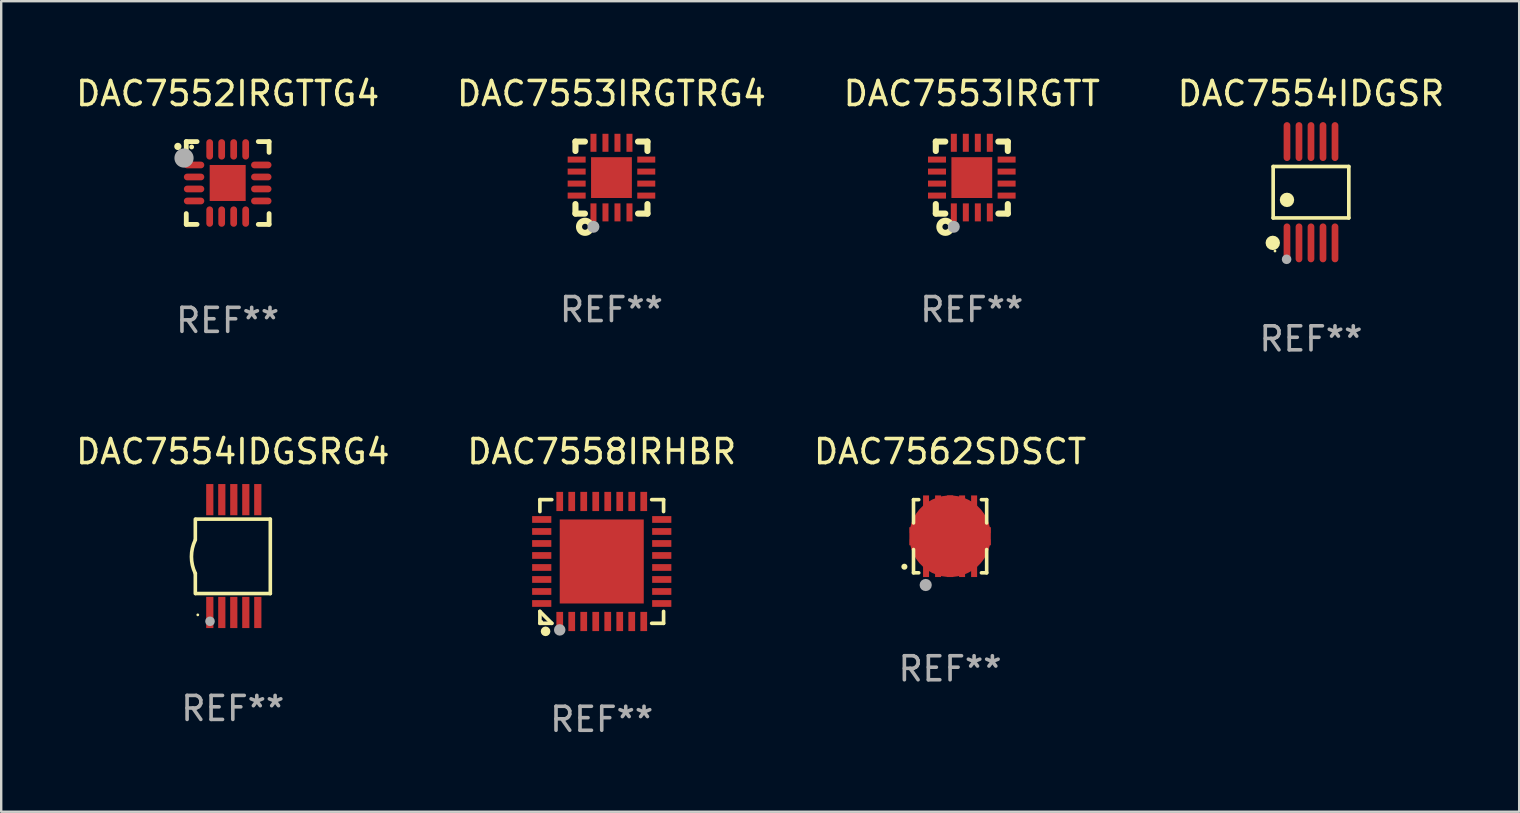
<source format=kicad_pcb>
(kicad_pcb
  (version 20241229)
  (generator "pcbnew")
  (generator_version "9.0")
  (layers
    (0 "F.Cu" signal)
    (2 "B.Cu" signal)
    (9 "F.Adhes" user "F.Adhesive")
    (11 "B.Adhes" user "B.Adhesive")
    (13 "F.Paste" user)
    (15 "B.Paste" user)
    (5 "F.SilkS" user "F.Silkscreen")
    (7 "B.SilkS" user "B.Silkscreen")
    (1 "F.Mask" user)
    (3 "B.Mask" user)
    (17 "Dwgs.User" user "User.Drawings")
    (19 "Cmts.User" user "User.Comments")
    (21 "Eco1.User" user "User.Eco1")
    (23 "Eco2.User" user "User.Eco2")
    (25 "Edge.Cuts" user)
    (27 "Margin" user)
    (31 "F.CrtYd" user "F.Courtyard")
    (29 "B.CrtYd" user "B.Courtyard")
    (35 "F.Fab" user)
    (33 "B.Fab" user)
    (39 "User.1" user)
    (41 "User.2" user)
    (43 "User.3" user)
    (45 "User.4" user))
  (footprint "DAC7562SDSCT"
    (layer "F.Cu")
    (at 36.53 19.289)
    (property "Reference" "DAC7562SDSCT" (at 0 -3.524 0) (layer "F.SilkS") (effects (font (size 1 1) (thickness 0.15))))
    (attr through_hole)
    (fp_line (start -1.524 -1.524) (end -1.524 -0.554) (stroke (width 0.15) (type solid)) (layer "F.SilkS"))
    (fp_line (start -1.524 0.554) (end -1.524 1.524) (stroke (width 0.15) (type solid)) (layer "F.SilkS"))
    (fp_line (start -1.524 1.524) (end -1.305 1.524) (stroke (width 0.15) (type solid)) (layer "F.SilkS"))
    (fp_line (start -1.305 -1.524) (end -1.524 -1.524) (stroke (width 0.15) (type solid)) (layer "F.SilkS"))
    (fp_line (start 1.305 1.524) (end 1.524 1.524) (stroke (width 0.15) (type solid)) (layer "F.SilkS"))
    (fp_line (start 1.524 -1.524) (end 1.305 -1.524) (stroke (width 0.15) (type solid)) (layer "F.SilkS"))
    (fp_line (start 1.524 -0.554) (end 1.524 -1.524) (stroke (width 0.15) (type solid)) (layer "F.SilkS"))
    (fp_line (start 1.524 1.524) (end 1.524 0.554) (stroke (width 0.15) (type solid)) (layer "F.SilkS"))
    (fp_arc (start -1.905004 1.270003) (mid -1.903734 1.269996) (end -1.902464 1.270003) (stroke (width 0.25) (type solid)) (layer "F.SilkS"))
    (fp_circle (center -1.504 1.502) (end -1.474 1.502) (stroke (width 0.06) (type solid)) (fill no) (layer "F.SilkS"))
    (fp_circle (center -1.016 2.032) (end -0.889 2.032) (stroke (width 0.254) (type solid)) (fill no) (layer "F.Fab"))
    (fp_text user "REF**" (at 0 5.524 0) (layer "F.Fab") (effects (font (size 1 1) (thickness 0.15))))
    (pad "1" smd rect (at -1.001 1.4 180) (size 0.25 0.6) (layers "F.Cu" "F.Mask" "F.Paste"))
    (pad "2" smd rect (at -0.5 1.4 180) (size 0.25 0.6) (layers "F.Cu" "F.Mask" "F.Paste"))
    (pad "3" smd rect (at 0.000102 1.4 180) (size 0.25 0.6) (layers "F.Cu" "F.Mask" "F.Paste"))
    (pad "4" smd rect (at 0.5 1.4 180) (size 0.25 0.6) (layers "F.Cu" "F.Mask" "F.Paste"))
    (pad "5" smd rect (at 1.001 1.4 180) (size 0.25 0.6) (layers "F.Cu" "F.Mask" "F.Paste"))
    (pad "6" smd rect (at 1.001 -1.4) (size 0.25 0.6) (layers "F.Cu" "F.Mask" "F.Paste"))
    (pad "7" smd rect (at 0.5 -1.4) (size 0.25 0.6) (layers "F.Cu" "F.Mask" "F.Paste"))
    (pad "8" smd rect (at 0.000102 -1.4) (size 0.25 0.6) (layers "F.Cu" "F.Mask" "F.Paste"))
    (pad "9" smd rect (at -0.5 -1.4) (size 0.25 0.6) (layers "F.Cu" "F.Mask" "F.Paste"))
    (pad "10" smd rect (at -1.001 -1.4) (size 0.25 0.6) (layers "F.Cu" "F.Mask" "F.Paste"))
    (pad "11" smd custom (at 0.000102 0.000102) (size 3.4 1.65) (layers "F.Cu" "F.Mask" "F.Paste") (options (anchor circle)) (primitives (gr_poly (pts (xy -1.7 0.125) (xy -1.2 0.125) (xy -1.2 -0.125) (xy -1.7 -0.125) (xy -1.7 -0.375) (xy -1.2 -0.375) (xy -1.2 -0.825) (xy 1.2 -0.825) (xy 1.2 -0.375) (xy 1.7 -0.375) (xy 1.7 -0.125) (xy 1.2 -0.125) (xy 1.2 0.125) (xy 1.7 0.125) (xy 1.7 0.375) (xy 1.2 0.375) (xy 1.2 0.825) (xy -1.2 0.825) (xy -1.2 0.375) (xy -1.7 0.375)) (width 0) (fill yes)))))
  (footprint "DAC7554IDGSRG4"
    (layer "F.Cu")
    (at 6.649 20.115)
    (property "Reference" "DAC7554IDGSRG4" (at 0 -4.35 0) (layer "F.SilkS") (effects (font (size 1 1) (thickness 0.15))))
    (attr through_hole)
    (fp_line (start -1.562 -1.537) (end -1.562 -0.698) (stroke (width 0.15) (type solid)) (layer "F.SilkS"))
    (fp_line (start -1.562 0.724) (end -1.562 1.562) (stroke (width 0.15) (type solid)) (layer "F.SilkS"))
    (fp_line (start -1.538 -1.537) (end 1.562 -1.537) (stroke (width 0.15) (type solid)) (layer "F.SilkS"))
    (fp_line (start -1.538 1.562) (end 1.562 1.562) (stroke (width 0.15) (type solid)) (layer "F.SilkS"))
    (fp_line (start 1.562 1.564) (end 1.562 -1.537) (stroke (width 0.15) (type solid)) (layer "F.SilkS"))
    (fp_arc (start -1.562103 0.724079) (mid -1.723579 0.025578) (end -1.562103 -0.672924) (stroke (width 0.150013) (type solid)) (layer "F.SilkS"))
    (fp_circle (center -1.459 2.45) (end -1.429 2.45) (stroke (width 0.06) (type solid)) (fill no) (layer "F.SilkS"))
    (fp_circle (center -0.95 2.718) (end -0.85 2.718) (stroke (width 0.2) (type solid)) (fill no) (layer "F.Fab"))
    (fp_text user "REF**" (at 0 6.35 0) (layer "F.Fab") (effects (font (size 1 1) (thickness 0.15))))
    (pad "1" smd rect (at -0.959 2.35) (size 0.3 1.3) (layers "F.Cu" "F.Mask" "F.Paste"))
    (pad "2" smd rect (at -0.459 2.35) (size 0.3 1.3) (layers "F.Cu" "F.Mask" "F.Paste"))
    (pad "3" smd rect (at 0.04 2.35) (size 0.3 1.3) (layers "F.Cu" "F.Mask" "F.Paste"))
    (pad "4" smd rect (at 0.541 2.35) (size 0.3 1.3) (layers "F.Cu" "F.Mask" "F.Paste"))
    (pad "5" smd rect (at 1.041 2.35) (size 0.3 1.3) (layers "F.Cu" "F.Mask" "F.Paste"))
    (pad "6" smd rect (at 1.04 -2.35) (size 0.3 1.3) (layers "F.Cu" "F.Mask" "F.Paste"))
    (pad "7" smd rect (at 0.541 -2.35) (size 0.3 1.3) (layers "F.Cu" "F.Mask" "F.Paste"))
    (pad "8" smd rect (at 0.041 -2.35) (size 0.3 1.3) (layers "F.Cu" "F.Mask" "F.Paste"))
    (pad "9" smd rect (at -0.459 -2.35) (size 0.3 1.3) (layers "F.Cu" "F.Mask" "F.Paste"))
    (pad "10" smd rect (at -0.96 -2.35) (size 0.3 1.3) (layers "F.Cu" "F.Mask" "F.Paste")))
  (footprint "DAC7553IRGTT"
    (layer "F.Cu")
    (at 37.435 4.348)
    (property "Reference" "DAC7553IRGTT" (at 0 -3.5 0) (layer "F.SilkS") (effects (font (size 1 1) (thickness 0.15))))
    (attr through_hole)
    (fp_line (start -1.5 -1.5) (end -1.5 -1.108) (stroke (width 0.254) (type solid)) (layer "F.SilkS"))
    (fp_line (start -1.5 -1.5) (end -1.105 -1.5) (stroke (width 0.254) (type solid)) (layer "F.SilkS"))
    (fp_line (start -1.5 1.104) (end -1.5 1.5) (stroke (width 0.254) (type solid)) (layer "F.SilkS"))
    (fp_line (start -1.5 1.5) (end -1.105 1.5) (stroke (width 0.254) (type solid)) (layer "F.SilkS"))
    (fp_line (start 1.106 -1.5) (end 1.5 -1.5) (stroke (width 0.254) (type solid)) (layer "F.SilkS"))
    (fp_line (start 1.108 1.5) (end 1.5 1.5) (stroke (width 0.254) (type solid)) (layer "F.SilkS"))
    (fp_line (start 1.5 -1.108) (end 1.5 -1.5) (stroke (width 0.254) (type solid)) (layer "F.SilkS"))
    (fp_line (start 1.5 1.5) (end 1.5 1.104) (stroke (width 0.254) (type solid)) (layer "F.SilkS"))
    (fp_circle (center -1.5 1.5) (end -1.47 1.5) (stroke (width 0.06) (type solid)) (fill no) (layer "F.SilkS"))
    (fp_circle (center -1.1 2.05) (end -0.975 2.05) (stroke (width 0.254) (type solid)) (fill no) (layer "F.SilkS"))
    (fp_circle (center -0.75 2.05) (end -0.625 2.05) (stroke (width 0.25) (type solid)) (fill no) (layer "F.Fab"))
    (fp_text user "REF**" (at 0 5.5 0) (layer "F.Fab") (effects (font (size 1 1) (thickness 0.15))))
    (pad "1" smd rect (at -0.749 1.45) (size 0.25 0.75) (layers "F.Cu" "F.Mask" "F.Paste"))
    (pad "2" smd rect (at -0.249 1.45) (size 0.25 0.75) (layers "F.Cu" "F.Mask" "F.Paste"))
    (pad "3" smd rect (at 0.251 1.45) (size 0.25 0.75) (layers "F.Cu" "F.Mask" "F.Paste"))
    (pad "4" smd rect (at 0.751 1.45) (size 0.25 0.75) (layers "F.Cu" "F.Mask" "F.Paste"))
    (pad "5" smd rect (at 1.45 0.75) (size 0.75 0.25) (layers "F.Cu" "F.Mask" "F.Paste"))
    (pad "6" smd rect (at 1.45 0.25) (size 0.75 0.25) (layers "F.Cu" "F.Mask" "F.Paste"))
    (pad "7" smd rect (at 1.45 -0.25) (size 0.75 0.25) (layers "F.Cu" "F.Mask" "F.Paste"))
    (pad "8" smd rect (at 1.45 -0.75) (size 0.75 0.25) (layers "F.Cu" "F.Mask" "F.Paste"))
    (pad "9" smd rect (at 0.75 -1.45) (size 0.25 0.75) (layers "F.Cu" "F.Mask" "F.Paste"))
    (pad "10" smd rect (at 0.25 -1.45) (size 0.25 0.75) (layers "F.Cu" "F.Mask" "F.Paste"))
    (pad "11" smd rect (at -0.25 -1.45) (size 0.25 0.75) (layers "F.Cu" "F.Mask" "F.Paste"))
    (pad "12" smd rect (at -0.749 -1.45) (size 0.25 0.75) (layers "F.Cu" "F.Mask" "F.Paste"))
    (pad "13" smd rect (at -1.45 -0.75) (size 0.75 0.25) (layers "F.Cu" "F.Mask" "F.Paste"))
    (pad "14" smd rect (at -1.45 -0.25) (size 0.75 0.25) (layers "F.Cu" "F.Mask" "F.Paste"))
    (pad "15" smd rect (at -1.45 0.25) (size 0.75 0.25) (layers "F.Cu" "F.Mask" "F.Paste"))
    (pad "16" smd rect (at -1.45 0.75) (size 0.75 0.25) (layers "F.Cu" "F.Mask" "F.Paste"))
    (pad "17" smd rect (at 0.000267 0.000267) (size 1.7 1.7) (layers "F.Cu" "F.Mask" "F.Paste")))
  (footprint "DAC7552IRGTTG4"
    (layer "F.Cu")
    (at 6.435 4.573)
    (property "Reference" "DAC7552IRGTTG4" (at 0 -3.725 0) (layer "F.SilkS") (effects (font (size 1 1) (thickness 0.15))))
    (attr through_hole)
    (fp_line (start -1.725 -1.725) (end -1.275 -1.725) (stroke (width 0.2) (type solid)) (layer "F.SilkS"))
    (fp_line (start -1.725 -1.275) (end -1.725 -1.725) (stroke (width 0.2) (type solid)) (layer "F.SilkS"))
    (fp_line (start -1.725 1.725) (end -1.725 1.275) (stroke (width 0.2) (type solid)) (layer "F.SilkS"))
    (fp_line (start -1.275 1.725) (end -1.725 1.725) (stroke (width 0.2) (type solid)) (layer "F.SilkS"))
    (fp_line (start 1.275 -1.725) (end 1.725 -1.725) (stroke (width 0.2) (type solid)) (layer "F.SilkS"))
    (fp_line (start 1.275 1.725) (end 1.725 1.725) (stroke (width 0.2) (type solid)) (layer "F.SilkS"))
    (fp_line (start 1.725 -1.725) (end 1.725 -1.275) (stroke (width 0.2) (type solid)) (layer "F.SilkS"))
    (fp_line (start 1.725 1.725) (end 1.725 1.275) (stroke (width 0.2) (type solid)) (layer "F.SilkS"))
    (fp_arc (start -2.075184 -1.521463) (mid -2.075189 -1.522733) (end -2.075184 -1.524003) (stroke (width 0.3) (type solid)) (layer "F.SilkS"))
    (fp_circle (center -1.5 -1.5) (end -1.45 -1.5) (stroke (width 0.1) (type solid)) (fill no) (layer "F.SilkS"))
    (fp_circle (center -1.819 -1.039) (end -1.619 -1.039) (stroke (width 0.4) (type solid)) (fill no) (layer "F.Fab"))
    (fp_text user "REF**" (at 0 5.725 0) (layer "F.Fab") (effects (font (size 1 1) (thickness 0.15))))
    (pad "1" smd oval (at -1.4 -0.75 90) (size 0.28 0.85) (layers "F.Cu" "F.Mask" "F.Paste"))
    (pad "2" smd oval (at -1.4 -0.25 90) (size 0.28 0.85) (layers "F.Cu" "F.Mask" "F.Paste"))
    (pad "3" smd oval (at -1.4 0.25 90) (size 0.28 0.85) (layers "F.Cu" "F.Mask" "F.Paste"))
    (pad "4" smd oval (at -1.4 0.75 90) (size 0.28 0.85) (layers "F.Cu" "F.Mask" "F.Paste"))
    (pad "5" smd oval (at -0.75 1.4) (size 0.28 0.85) (layers "F.Cu" "F.Mask" "F.Paste"))
    (pad "6" smd oval (at -0.25 1.4) (size 0.28 0.85) (layers "F.Cu" "F.Mask" "F.Paste"))
    (pad "7" smd oval (at 0.25 1.4) (size 0.28 0.85) (layers "F.Cu" "F.Mask" "F.Paste"))
    (pad "8" smd oval (at 0.75 1.4) (size 0.28 0.85) (layers "F.Cu" "F.Mask" "F.Paste"))
    (pad "9" smd oval (at 1.4 0.75 90) (size 0.28 0.85) (layers "F.Cu" "F.Mask" "F.Paste"))
    (pad "10" smd oval (at 1.4 0.25 90) (size 0.28 0.85) (layers "F.Cu" "F.Mask" "F.Paste"))
    (pad "11" smd oval (at 1.4 -0.25 90) (size 0.28 0.85) (layers "F.Cu" "F.Mask" "F.Paste"))
    (pad "12" smd oval (at 1.4 -0.75 90) (size 0.28 0.85) (layers "F.Cu" "F.Mask" "F.Paste"))
    (pad "13" smd oval (at 0.75 -1.4) (size 0.28 0.85) (layers "F.Cu" "F.Mask" "F.Paste"))
    (pad "14" smd oval (at 0.25 -1.4) (size 0.28 0.85) (layers "F.Cu" "F.Mask" "F.Paste"))
    (pad "15" smd oval (at -0.25 -1.4) (size 0.28 0.85) (layers "F.Cu" "F.Mask" "F.Paste"))
    (pad "16" smd oval (at -0.75 -1.4) (size 0.28 0.85) (layers "F.Cu" "F.Mask" "F.Paste"))
    (pad "17" smd rect (at -0.000051 -0.000051) (size 1.5 1.5) (layers "F.Cu" "F.Mask" "F.Paste")))
  (footprint "DAC7558IRHBR"
    (layer "F.Cu")
    (at 22.018 20.341)
    (property "Reference" "DAC7558IRHBR" (at 0 -4.576 0) (layer "F.SilkS") (effects (font (size 1 1) (thickness 0.15))))
    (attr through_hole)
    (fp_line (start -2.576 -2.576) (end -2.08 -2.576) (stroke (width 0.152) (type solid)) (layer "F.SilkS"))
    (fp_line (start -2.576 -2.08) (end -2.576 -2.576) (stroke (width 0.152) (type solid)) (layer "F.SilkS"))
    (fp_line (start -2.576 2.08) (end -2.576 2.576) (stroke (width 0.152) (type solid)) (layer "F.SilkS"))
    (fp_line (start -2.576 2.08) (end -2.08 2.576) (stroke (width 0.152) (type solid)) (layer "F.SilkS"))
    (fp_line (start -2.576 2.576) (end -2.08 2.576) (stroke (width 0.152) (type solid)) (layer "F.SilkS"))
    (fp_line (start 2.576 -2.576) (end 2.08 -2.576) (stroke (width 0.152) (type solid)) (layer "F.SilkS"))
    (fp_line (start 2.576 -2.08) (end 2.576 -2.576) (stroke (width 0.152) (type solid)) (layer "F.SilkS"))
    (fp_line (start 2.576 2.08) (end 2.576 2.576) (stroke (width 0.152) (type solid)) (layer "F.SilkS"))
    (fp_line (start 2.576 2.576) (end 2.08 2.576) (stroke (width 0.152) (type solid)) (layer "F.SilkS"))
    (fp_circle (center -2.5 2.5) (end -2.47 2.5) (stroke (width 0.06) (type solid)) (fill no) (layer "F.SilkS"))
    (fp_circle (center -2.34 2.91) (end -2.24 2.91) (stroke (width 0.2) (type solid)) (fill no) (layer "F.SilkS"))
    (fp_circle (center -1.75 2.85) (end -1.63 2.85) (stroke (width 0.24) (type solid)) (fill no) (layer "F.Fab"))
    (fp_text user "REF**" (at 0 6.576 0) (layer "F.Fab") (effects (font (size 1 1) (thickness 0.15))))
    (pad "1" smd rect (at -1.75 2.5) (size 0.28 0.8) (layers "F.Cu" "F.Mask" "F.Paste"))
    (pad "2" smd rect (at -1.25 2.5) (size 0.28 0.8) (layers "F.Cu" "F.Mask" "F.Paste"))
    (pad "3" smd rect (at -0.75 2.5) (size 0.28 0.8) (layers "F.Cu" "F.Mask" "F.Paste"))
    (pad "4" smd rect (at -0.25 2.5) (size 0.28 0.8) (layers "F.Cu" "F.Mask" "F.Paste"))
    (pad "5" smd rect (at 0.25 2.5) (size 0.28 0.8) (layers "F.Cu" "F.Mask" "F.Paste"))
    (pad "6" smd rect (at 0.75 2.5) (size 0.28 0.8) (layers "F.Cu" "F.Mask" "F.Paste"))
    (pad "7" smd rect (at 1.25 2.5) (size 0.28 0.8) (layers "F.Cu" "F.Mask" "F.Paste"))
    (pad "8" smd rect (at 1.75 2.5) (size 0.28 0.8) (layers "F.Cu" "F.Mask" "F.Paste"))
    (pad "9" smd rect (at 2.5 1.75) (size 0.8 0.28) (layers "F.Cu" "F.Mask" "F.Paste"))
    (pad "10" smd rect (at 2.5 1.25) (size 0.8 0.28) (layers "F.Cu" "F.Mask" "F.Paste"))
    (pad "11" smd rect (at 2.5 0.75) (size 0.8 0.28) (layers "F.Cu" "F.Mask" "F.Paste"))
    (pad "12" smd rect (at 2.5 0.25) (size 0.8 0.28) (layers "F.Cu" "F.Mask" "F.Paste"))
    (pad "13" smd rect (at 2.5 -0.25) (size 0.8 0.28) (layers "F.Cu" "F.Mask" "F.Paste"))
    (pad "14" smd rect (at 2.5 -0.75) (size 0.8 0.28) (layers "F.Cu" "F.Mask" "F.Paste"))
    (pad "15" smd rect (at 2.5 -1.25) (size 0.8 0.28) (layers "F.Cu" "F.Mask" "F.Paste"))
    (pad "16" smd rect (at 2.5 -1.75) (size 0.8 0.28) (layers "F.Cu" "F.Mask" "F.Paste"))
    (pad "17" smd rect (at 1.75 -2.5) (size 0.28 0.8) (layers "F.Cu" "F.Mask" "F.Paste"))
    (pad "18" smd rect (at 1.25 -2.5) (size 0.28 0.8) (layers "F.Cu" "F.Mask" "F.Paste"))
    (pad "19" smd rect (at 0.75 -2.5) (size 0.28 0.8) (layers "F.Cu" "F.Mask" "F.Paste"))
    (pad "20" smd rect (at 0.25 -2.5) (size 0.28 0.8) (layers "F.Cu" "F.Mask" "F.Paste"))
    (pad "21" smd rect (at -0.25 -2.5) (size 0.28 0.8) (layers "F.Cu" "F.Mask" "F.Paste"))
    (pad "22" smd rect (at -0.75 -2.5) (size 0.28 0.8) (layers "F.Cu" "F.Mask" "F.Paste"))
    (pad "23" smd rect (at -1.25 -2.5) (size 0.28 0.8) (layers "F.Cu" "F.Mask" "F.Paste"))
    (pad "24" smd rect (at -1.75 -2.5) (size 0.28 0.8) (layers "F.Cu" "F.Mask" "F.Paste"))
    (pad "25" smd rect (at -2.5 -1.75) (size 0.8 0.28) (layers "F.Cu" "F.Mask" "F.Paste"))
    (pad "26" smd rect (at -2.5 -1.25) (size 0.8 0.28) (layers "F.Cu" "F.Mask" "F.Paste"))
    (pad "27" smd rect (at -2.5 -0.75) (size 0.8 0.28) (layers "F.Cu" "F.Mask" "F.Paste"))
    (pad "28" smd rect (at -2.5 -0.25) (size 0.8 0.28) (layers "F.Cu" "F.Mask" "F.Paste"))
    (pad "29" smd rect (at -2.5 0.25) (size 0.8 0.28) (layers "F.Cu" "F.Mask" "F.Paste"))
    (pad "30" smd rect (at -2.5 0.75) (size 0.8 0.28) (layers "F.Cu" "F.Mask" "F.Paste"))
    (pad "31" smd rect (at -2.5 1.25) (size 0.8 0.28) (layers "F.Cu" "F.Mask" "F.Paste"))
    (pad "32" smd rect (at -2.5 1.75) (size 0.8 0.28) (layers "F.Cu" "F.Mask" "F.Paste"))
    (pad "33" smd rect (at 0 0) (size 3.5 3.5) (layers "F.Cu" "F.Mask" "F.Paste")))
  (footprint "DAC7554IDGSR"
    (layer "F.Cu")
    (at 51.565 4.958)
    (property "Reference" "DAC7554IDGSR" (at 0 -4.11 0) (layer "F.SilkS") (effects (font (size 1 1) (thickness 0.15))))
    (attr through_hole)
    (fp_line (start -1.576 -1.071) (end 1.576 -1.071) (stroke (width 0.152) (type solid)) (layer "F.SilkS"))
    (fp_line (start -1.576 1.071) (end -1.576 -1.071) (stroke (width 0.152) (type solid)) (layer "F.SilkS"))
    (fp_line (start 1.576 -1.071) (end 1.576 1.071) (stroke (width 0.152) (type solid)) (layer "F.SilkS"))
    (fp_line (start 1.576 1.071) (end -1.576 1.071) (stroke (width 0.152) (type solid)) (layer "F.SilkS"))
    (fp_circle (center -1.592 2.11) (end -1.442 2.11) (stroke (width 0.3) (type solid)) (fill no) (layer "F.SilkS"))
    (fp_circle (center -1.5 2.45) (end -1.47 2.45) (stroke (width 0.06) (type solid)) (fill no) (layer "F.SilkS"))
    (fp_circle (center -1 0.319) (end -0.85 0.319) (stroke (width 0.3) (type solid)) (fill no) (layer "F.SilkS"))
    (fp_circle (center -1.016 2.794) (end -0.916 2.794) (stroke (width 0.2) (type solid)) (fill no) (layer "F.Fab"))
    (fp_text user "REF**" (at 0 6.11 0) (layer "F.Fab") (effects (font (size 1 1) (thickness 0.15))))
    (pad "1" smd oval (at -1 2.11) (size 0.28 1.62) (layers "F.Cu" "F.Mask" "F.Paste"))
    (pad "2" smd oval (at -0.5 2.11) (size 0.28 1.62) (layers "F.Cu" "F.Mask" "F.Paste"))
    (pad "3" smd oval (at 0 2.11) (size 0.28 1.62) (layers "F.Cu" "F.Mask" "F.Paste"))
    (pad "4" smd oval (at 0.5 2.11) (size 0.28 1.62) (layers "F.Cu" "F.Mask" "F.Paste"))
    (pad "5" smd oval (at 1 2.11) (size 0.28 1.62) (layers "F.Cu" "F.Mask" "F.Paste"))
    (pad "6" smd oval (at 1 -2.11) (size 0.28 1.62) (layers "F.Cu" "F.Mask" "F.Paste"))
    (pad "7" smd oval (at 0.5 -2.11) (size 0.28 1.62) (layers "F.Cu" "F.Mask" "F.Paste"))
    (pad "8" smd oval (at 0 -2.11) (size 0.28 1.62) (layers "F.Cu" "F.Mask" "F.Paste"))
    (pad "9" smd oval (at -0.5 -2.11) (size 0.28 1.62) (layers "F.Cu" "F.Mask" "F.Paste"))
    (pad "10" smd oval (at -1 -2.11) (size 0.28 1.62) (layers "F.Cu" "F.Mask" "F.Paste")))
  (footprint "DAC7553IRGTRG4"
    (layer "F.Cu")
    (at 22.423 4.348)
    (property "Reference" "DAC7553IRGTRG4" (at 0 -3.5 0) (layer "F.SilkS") (effects (font (size 1 1) (thickness 0.15))))
    (attr through_hole)
    (fp_line (start -1.5 -1.5) (end -1.5 -1.108) (stroke (width 0.254) (type solid)) (layer "F.SilkS"))
    (fp_line (start -1.5 -1.5) (end -1.105 -1.5) (stroke (width 0.254) (type solid)) (layer "F.SilkS"))
    (fp_line (start -1.5 1.104) (end -1.5 1.5) (stroke (width 0.254) (type solid)) (layer "F.SilkS"))
    (fp_line (start -1.5 1.5) (end -1.105 1.5) (stroke (width 0.254) (type solid)) (layer "F.SilkS"))
    (fp_line (start 1.106 -1.5) (end 1.5 -1.5) (stroke (width 0.254) (type solid)) (layer "F.SilkS"))
    (fp_line (start 1.108 1.5) (end 1.5 1.5) (stroke (width 0.254) (type solid)) (layer "F.SilkS"))
    (fp_line (start 1.5 -1.108) (end 1.5 -1.5) (stroke (width 0.254) (type solid)) (layer "F.SilkS"))
    (fp_line (start 1.5 1.5) (end 1.5 1.104) (stroke (width 0.254) (type solid)) (layer "F.SilkS"))
    (fp_circle (center -1.5 1.5) (end -1.47 1.5) (stroke (width 0.06) (type solid)) (fill no) (layer "F.SilkS"))
    (fp_circle (center -1.1 2.05) (end -0.975 2.05) (stroke (width 0.254) (type solid)) (fill no) (layer "F.SilkS"))
    (fp_circle (center -0.75 2.05) (end -0.625 2.05) (stroke (width 0.25) (type solid)) (fill no) (layer "F.Fab"))
    (fp_text user "REF**" (at 0 5.5 0) (layer "F.Fab") (effects (font (size 1 1) (thickness 0.15))))
    (pad "1" smd rect (at -0.749 1.45) (size 0.25 0.75) (layers "F.Cu" "F.Mask" "F.Paste"))
    (pad "2" smd rect (at -0.249 1.45) (size 0.25 0.75) (layers "F.Cu" "F.Mask" "F.Paste"))
    (pad "3" smd rect (at 0.251 1.45) (size 0.25 0.75) (layers "F.Cu" "F.Mask" "F.Paste"))
    (pad "4" smd rect (at 0.751 1.45) (size 0.25 0.75) (layers "F.Cu" "F.Mask" "F.Paste"))
    (pad "5" smd rect (at 1.45 0.75) (size 0.75 0.25) (layers "F.Cu" "F.Mask" "F.Paste"))
    (pad "6" smd rect (at 1.45 0.25) (size 0.75 0.25) (layers "F.Cu" "F.Mask" "F.Paste"))
    (pad "7" smd rect (at 1.45 -0.25) (size 0.75 0.25) (layers "F.Cu" "F.Mask" "F.Paste"))
    (pad "8" smd rect (at 1.45 -0.75) (size 0.75 0.25) (layers "F.Cu" "F.Mask" "F.Paste"))
    (pad "9" smd rect (at 0.75 -1.45) (size 0.25 0.75) (layers "F.Cu" "F.Mask" "F.Paste"))
    (pad "10" smd rect (at 0.25 -1.45) (size 0.25 0.75) (layers "F.Cu" "F.Mask" "F.Paste"))
    (pad "11" smd rect (at -0.25 -1.45) (size 0.25 0.75) (layers "F.Cu" "F.Mask" "F.Paste"))
    (pad "12" smd rect (at -0.749 -1.45) (size 0.25 0.75) (layers "F.Cu" "F.Mask" "F.Paste"))
    (pad "13" smd rect (at -1.45 -0.75) (size 0.75 0.25) (layers "F.Cu" "F.Mask" "F.Paste"))
    (pad "14" smd rect (at -1.45 -0.25) (size 0.75 0.25) (layers "F.Cu" "F.Mask" "F.Paste"))
    (pad "15" smd rect (at -1.45 0.25) (size 0.75 0.25) (layers "F.Cu" "F.Mask" "F.Paste"))
    (pad "16" smd rect (at -1.45 0.75) (size 0.75 0.25) (layers "F.Cu" "F.Mask" "F.Paste"))
    (pad "17" smd rect (at 0.000267 0.000267) (size 1.7 1.7) (layers "F.Cu" "F.Mask" "F.Paste")))
  (gr_rect
    (start -3 -3)
    (end 60.238 30.765)
    (stroke (width 0.1) (type default))
    (fill no)
    (layer "Edge.Cuts")))
</source>
